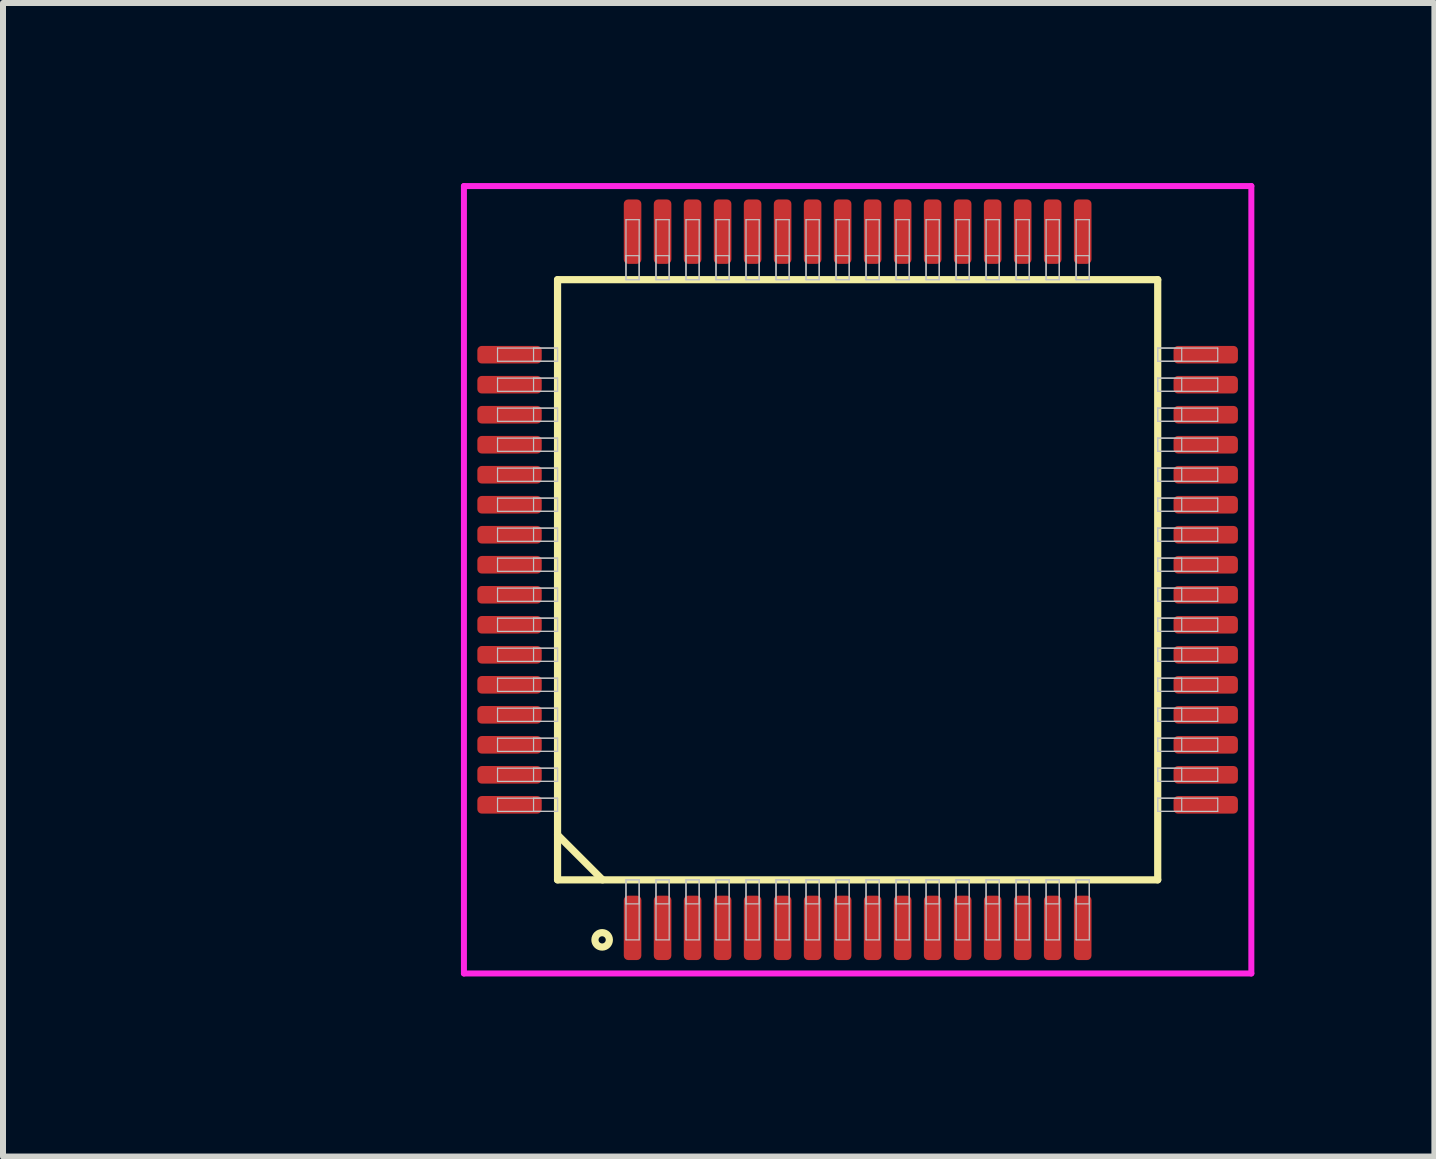
<source format=kicad_pcb>
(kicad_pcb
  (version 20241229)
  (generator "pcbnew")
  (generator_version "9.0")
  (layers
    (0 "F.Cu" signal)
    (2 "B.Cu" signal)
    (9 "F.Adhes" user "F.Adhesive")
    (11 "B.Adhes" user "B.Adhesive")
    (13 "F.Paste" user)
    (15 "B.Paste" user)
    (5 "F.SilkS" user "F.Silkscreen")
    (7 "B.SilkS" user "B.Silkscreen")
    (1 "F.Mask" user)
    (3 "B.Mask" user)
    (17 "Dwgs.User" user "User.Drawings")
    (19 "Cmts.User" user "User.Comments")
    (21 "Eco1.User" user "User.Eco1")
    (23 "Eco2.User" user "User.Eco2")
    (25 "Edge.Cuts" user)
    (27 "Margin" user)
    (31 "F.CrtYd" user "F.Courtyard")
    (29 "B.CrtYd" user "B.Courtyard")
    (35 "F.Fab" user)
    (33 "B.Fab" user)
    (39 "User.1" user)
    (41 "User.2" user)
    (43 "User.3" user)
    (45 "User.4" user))
  (footprint "QFP50P1000x1200-64"
    (layer "F.Cu")
    (at 11.24 6.61)
    (property "Reference" "QFP50P1000x1200-64" (at -2.5 2 0) (layer "User.1") (effects (font (size 1 1) (thickness 0.1))))
    (attr through_hole)
    (fp_line (start -5 -5) (end -5 5) (stroke (width 0.12) (type solid)) (layer "F.SilkS"))
    (fp_line (start -5 4.25) (end -4.25 5) (stroke (width 0.12) (type solid)) (layer "F.SilkS"))
    (fp_line (start -5 5) (end 5 5) (stroke (width 0.12) (type solid)) (layer "F.SilkS"))
    (fp_line (start 5 -5) (end -5 -5) (stroke (width 0.12) (type solid)) (layer "F.SilkS"))
    (fp_line (start 5 5) (end 5 -5) (stroke (width 0.12) (type solid)) (layer "F.SilkS"))
    (fp_circle (center -4.257 6) (end -4.137 6) (stroke (width 0.12) (type solid)) (fill no) (layer "F.SilkS"))
    (fp_line (start -6 -3.86) (end -6 -3.64) (stroke (width 0.02) (type solid)) (layer "Dwgs.User"))
    (fp_line (start -6 -3.64) (end -5 -3.64) (stroke (width 0.02) (type solid)) (layer "Dwgs.User"))
    (fp_line (start -6 -3.36) (end -6 -3.14) (stroke (width 0.02) (type solid)) (layer "Dwgs.User"))
    (fp_line (start -6 -3.14) (end -5 -3.14) (stroke (width 0.02) (type solid)) (layer "Dwgs.User"))
    (fp_line (start -6 -2.86) (end -6 -2.64) (stroke (width 0.02) (type solid)) (layer "Dwgs.User"))
    (fp_line (start -6 -2.64) (end -5 -2.64) (stroke (width 0.02) (type solid)) (layer "Dwgs.User"))
    (fp_line (start -6 -2.36) (end -6 -2.14) (stroke (width 0.02) (type solid)) (layer "Dwgs.User"))
    (fp_line (start -6 -2.14) (end -5 -2.14) (stroke (width 0.02) (type solid)) (layer "Dwgs.User"))
    (fp_line (start -6 -1.86) (end -6 -1.64) (stroke (width 0.02) (type solid)) (layer "Dwgs.User"))
    (fp_line (start -6 -1.64) (end -5 -1.64) (stroke (width 0.02) (type solid)) (layer "Dwgs.User"))
    (fp_line (start -6 -1.36) (end -6 -1.14) (stroke (width 0.02) (type solid)) (layer "Dwgs.User"))
    (fp_line (start -6 -1.14) (end -5 -1.14) (stroke (width 0.02) (type solid)) (layer "Dwgs.User"))
    (fp_line (start -6 -0.86) (end -6 -0.64) (stroke (width 0.02) (type solid)) (layer "Dwgs.User"))
    (fp_line (start -6 -0.64) (end -5 -0.64) (stroke (width 0.02) (type solid)) (layer "Dwgs.User"))
    (fp_line (start -6 -0.36) (end -6 -0.14) (stroke (width 0.02) (type solid)) (layer "Dwgs.User"))
    (fp_line (start -6 -0.14) (end -5 -0.14) (stroke (width 0.02) (type solid)) (layer "Dwgs.User"))
    (fp_line (start -6 0.14) (end -6 0.36) (stroke (width 0.02) (type solid)) (layer "Dwgs.User"))
    (fp_line (start -6 0.36) (end -5 0.36) (stroke (width 0.02) (type solid)) (layer "Dwgs.User"))
    (fp_line (start -6 0.64) (end -6 0.86) (stroke (width 0.02) (type solid)) (layer "Dwgs.User"))
    (fp_line (start -6 0.86) (end -5 0.86) (stroke (width 0.02) (type solid)) (layer "Dwgs.User"))
    (fp_line (start -6 1.14) (end -6 1.36) (stroke (width 0.02) (type solid)) (layer "Dwgs.User"))
    (fp_line (start -6 1.36) (end -5 1.36) (stroke (width 0.02) (type solid)) (layer "Dwgs.User"))
    (fp_line (start -6 1.64) (end -6 1.86) (stroke (width 0.02) (type solid)) (layer "Dwgs.User"))
    (fp_line (start -6 1.86) (end -5 1.86) (stroke (width 0.02) (type solid)) (layer "Dwgs.User"))
    (fp_line (start -6 2.14) (end -6 2.36) (stroke (width 0.02) (type solid)) (layer "Dwgs.User"))
    (fp_line (start -6 2.36) (end -5 2.36) (stroke (width 0.02) (type solid)) (layer "Dwgs.User"))
    (fp_line (start -6 2.64) (end -6 2.86) (stroke (width 0.02) (type solid)) (layer "Dwgs.User"))
    (fp_line (start -6 2.86) (end -5 2.86) (stroke (width 0.02) (type solid)) (layer "Dwgs.User"))
    (fp_line (start -6 3.14) (end -6 3.36) (stroke (width 0.02) (type solid)) (layer "Dwgs.User"))
    (fp_line (start -6 3.36) (end -5 3.36) (stroke (width 0.02) (type solid)) (layer "Dwgs.User"))
    (fp_line (start -6 3.64) (end -6 3.86) (stroke (width 0.02) (type solid)) (layer "Dwgs.User"))
    (fp_line (start -6 3.86) (end -5 3.86) (stroke (width 0.02) (type solid)) (layer "Dwgs.User"))
    (fp_line (start -5.4 -3.86) (end -5.4 -3.64) (stroke (width 0.02) (type solid)) (layer "Dwgs.User"))
    (fp_line (start -5.4 -3.64) (end -5 -3.64) (stroke (width 0.02) (type solid)) (layer "Dwgs.User"))
    (fp_line (start -5.4 -3.36) (end -5.4 -3.14) (stroke (width 0.02) (type solid)) (layer "Dwgs.User"))
    (fp_line (start -5.4 -3.14) (end -5 -3.14) (stroke (width 0.02) (type solid)) (layer "Dwgs.User"))
    (fp_line (start -5.4 -2.86) (end -5.4 -2.64) (stroke (width 0.02) (type solid)) (layer "Dwgs.User"))
    (fp_line (start -5.4 -2.64) (end -5 -2.64) (stroke (width 0.02) (type solid)) (layer "Dwgs.User"))
    (fp_line (start -5.4 -2.36) (end -5.4 -2.14) (stroke (width 0.02) (type solid)) (layer "Dwgs.User"))
    (fp_line (start -5.4 -2.14) (end -5 -2.14) (stroke (width 0.02) (type solid)) (layer "Dwgs.User"))
    (fp_line (start -5.4 -1.86) (end -5.4 -1.64) (stroke (width 0.02) (type solid)) (layer "Dwgs.User"))
    (fp_line (start -5.4 -1.64) (end -5 -1.64) (stroke (width 0.02) (type solid)) (layer "Dwgs.User"))
    (fp_line (start -5.4 -1.36) (end -5.4 -1.14) (stroke (width 0.02) (type solid)) (layer "Dwgs.User"))
    (fp_line (start -5.4 -1.14) (end -5 -1.14) (stroke (width 0.02) (type solid)) (layer "Dwgs.User"))
    (fp_line (start -5.4 -0.86) (end -5.4 -0.64) (stroke (width 0.02) (type solid)) (layer "Dwgs.User"))
    (fp_line (start -5.4 -0.64) (end -5 -0.64) (stroke (width 0.02) (type solid)) (layer "Dwgs.User"))
    (fp_line (start -5.4 -0.36) (end -5.4 -0.14) (stroke (width 0.02) (type solid)) (layer "Dwgs.User"))
    (fp_line (start -5.4 -0.14) (end -5 -0.14) (stroke (width 0.02) (type solid)) (layer "Dwgs.User"))
    (fp_line (start -5.4 0.14) (end -5.4 0.36) (stroke (width 0.02) (type solid)) (layer "Dwgs.User"))
    (fp_line (start -5.4 0.36) (end -5 0.36) (stroke (width 0.02) (type solid)) (layer "Dwgs.User"))
    (fp_line (start -5.4 0.64) (end -5.4 0.86) (stroke (width 0.02) (type solid)) (layer "Dwgs.User"))
    (fp_line (start -5.4 0.86) (end -5 0.86) (stroke (width 0.02) (type solid)) (layer "Dwgs.User"))
    (fp_line (start -5.4 1.14) (end -5.4 1.36) (stroke (width 0.02) (type solid)) (layer "Dwgs.User"))
    (fp_line (start -5.4 1.36) (end -5 1.36) (stroke (width 0.02) (type solid)) (layer "Dwgs.User"))
    (fp_line (start -5.4 1.64) (end -5.4 1.86) (stroke (width 0.02) (type solid)) (layer "Dwgs.User"))
    (fp_line (start -5.4 1.86) (end -5 1.86) (stroke (width 0.02) (type solid)) (layer "Dwgs.User"))
    (fp_line (start -5.4 2.14) (end -5.4 2.36) (stroke (width 0.02) (type solid)) (layer "Dwgs.User"))
    (fp_line (start -5.4 2.36) (end -5 2.36) (stroke (width 0.02) (type solid)) (layer "Dwgs.User"))
    (fp_line (start -5.4 2.64) (end -5.4 2.86) (stroke (width 0.02) (type solid)) (layer "Dwgs.User"))
    (fp_line (start -5.4 2.86) (end -5 2.86) (stroke (width 0.02) (type solid)) (layer "Dwgs.User"))
    (fp_line (start -5.4 3.14) (end -5.4 3.36) (stroke (width 0.02) (type solid)) (layer "Dwgs.User"))
    (fp_line (start -5.4 3.36) (end -5 3.36) (stroke (width 0.02) (type solid)) (layer "Dwgs.User"))
    (fp_line (start -5.4 3.64) (end -5.4 3.86) (stroke (width 0.02) (type solid)) (layer "Dwgs.User"))
    (fp_line (start -5.4 3.86) (end -5 3.86) (stroke (width 0.02) (type solid)) (layer "Dwgs.User"))
    (fp_line (start -5 -3.86) (end -6 -3.86) (stroke (width 0.02) (type solid)) (layer "Dwgs.User"))
    (fp_line (start -5 -3.86) (end -5.4 -3.86) (stroke (width 0.02) (type solid)) (layer "Dwgs.User"))
    (fp_line (start -5 -3.64) (end -5 -3.86) (stroke (width 0.02) (type solid)) (layer "Dwgs.User"))
    (fp_line (start -5 -3.64) (end -5 -3.86) (stroke (width 0.02) (type solid)) (layer "Dwgs.User"))
    (fp_line (start -5 -3.36) (end -6 -3.36) (stroke (width 0.02) (type solid)) (layer "Dwgs.User"))
    (fp_line (start -5 -3.36) (end -5.4 -3.36) (stroke (width 0.02) (type solid)) (layer "Dwgs.User"))
    (fp_line (start -5 -3.14) (end -5 -3.36) (stroke (width 0.02) (type solid)) (layer "Dwgs.User"))
    (fp_line (start -5 -3.14) (end -5 -3.36) (stroke (width 0.02) (type solid)) (layer "Dwgs.User"))
    (fp_line (start -5 -2.86) (end -6 -2.86) (stroke (width 0.02) (type solid)) (layer "Dwgs.User"))
    (fp_line (start -5 -2.86) (end -5.4 -2.86) (stroke (width 0.02) (type solid)) (layer "Dwgs.User"))
    (fp_line (start -5 -2.64) (end -5 -2.86) (stroke (width 0.02) (type solid)) (layer "Dwgs.User"))
    (fp_line (start -5 -2.64) (end -5 -2.86) (stroke (width 0.02) (type solid)) (layer "Dwgs.User"))
    (fp_line (start -5 -2.36) (end -6 -2.36) (stroke (width 0.02) (type solid)) (layer "Dwgs.User"))
    (fp_line (start -5 -2.36) (end -5.4 -2.36) (stroke (width 0.02) (type solid)) (layer "Dwgs.User"))
    (fp_line (start -5 -2.14) (end -5 -2.36) (stroke (width 0.02) (type solid)) (layer "Dwgs.User"))
    (fp_line (start -5 -2.14) (end -5 -2.36) (stroke (width 0.02) (type solid)) (layer "Dwgs.User"))
    (fp_line (start -5 -1.86) (end -6 -1.86) (stroke (width 0.02) (type solid)) (layer "Dwgs.User"))
    (fp_line (start -5 -1.86) (end -5.4 -1.86) (stroke (width 0.02) (type solid)) (layer "Dwgs.User"))
    (fp_line (start -5 -1.64) (end -5 -1.86) (stroke (width 0.02) (type solid)) (layer "Dwgs.User"))
    (fp_line (start -5 -1.64) (end -5 -1.86) (stroke (width 0.02) (type solid)) (layer "Dwgs.User"))
    (fp_line (start -5 -1.36) (end -6 -1.36) (stroke (width 0.02) (type solid)) (layer "Dwgs.User"))
    (fp_line (start -5 -1.36) (end -5.4 -1.36) (stroke (width 0.02) (type solid)) (layer "Dwgs.User"))
    (fp_line (start -5 -1.14) (end -5 -1.36) (stroke (width 0.02) (type solid)) (layer "Dwgs.User"))
    (fp_line (start -5 -1.14) (end -5 -1.36) (stroke (width 0.02) (type solid)) (layer "Dwgs.User"))
    (fp_line (start -5 -0.86) (end -6 -0.86) (stroke (width 0.02) (type solid)) (layer "Dwgs.User"))
    (fp_line (start -5 -0.86) (end -5.4 -0.86) (stroke (width 0.02) (type solid)) (layer "Dwgs.User"))
    (fp_line (start -5 -0.64) (end -5 -0.86) (stroke (width 0.02) (type solid)) (layer "Dwgs.User"))
    (fp_line (start -5 -0.64) (end -5 -0.86) (stroke (width 0.02) (type solid)) (layer "Dwgs.User"))
    (fp_line (start -5 -0.36) (end -6 -0.36) (stroke (width 0.02) (type solid)) (layer "Dwgs.User"))
    (fp_line (start -5 -0.36) (end -5.4 -0.36) (stroke (width 0.02) (type solid)) (layer "Dwgs.User"))
    (fp_line (start -5 -0.14) (end -5 -0.36) (stroke (width 0.02) (type solid)) (layer "Dwgs.User"))
    (fp_line (start -5 -0.14) (end -5 -0.36) (stroke (width 0.02) (type solid)) (layer "Dwgs.User"))
    (fp_line (start -5 0.14) (end -6 0.14) (stroke (width 0.02) (type solid)) (layer "Dwgs.User"))
    (fp_line (start -5 0.14) (end -5.4 0.14) (stroke (width 0.02) (type solid)) (layer "Dwgs.User"))
    (fp_line (start -5 0.36) (end -5 0.14) (stroke (width 0.02) (type solid)) (layer "Dwgs.User"))
    (fp_line (start -5 0.36) (end -5 0.14) (stroke (width 0.02) (type solid)) (layer "Dwgs.User"))
    (fp_line (start -5 0.64) (end -6 0.64) (stroke (width 0.02) (type solid)) (layer "Dwgs.User"))
    (fp_line (start -5 0.64) (end -5.4 0.64) (stroke (width 0.02) (type solid)) (layer "Dwgs.User"))
    (fp_line (start -5 0.86) (end -5 0.64) (stroke (width 0.02) (type solid)) (layer "Dwgs.User"))
    (fp_line (start -5 0.86) (end -5 0.64) (stroke (width 0.02) (type solid)) (layer "Dwgs.User"))
    (fp_line (start -5 1.14) (end -6 1.14) (stroke (width 0.02) (type solid)) (layer "Dwgs.User"))
    (fp_line (start -5 1.14) (end -5.4 1.14) (stroke (width 0.02) (type solid)) (layer "Dwgs.User"))
    (fp_line (start -5 1.36) (end -5 1.14) (stroke (width 0.02) (type solid)) (layer "Dwgs.User"))
    (fp_line (start -5 1.36) (end -5 1.14) (stroke (width 0.02) (type solid)) (layer "Dwgs.User"))
    (fp_line (start -5 1.64) (end -6 1.64) (stroke (width 0.02) (type solid)) (layer "Dwgs.User"))
    (fp_line (start -5 1.64) (end -5.4 1.64) (stroke (width 0.02) (type solid)) (layer "Dwgs.User"))
    (fp_line (start -5 1.86) (end -5 1.64) (stroke (width 0.02) (type solid)) (layer "Dwgs.User"))
    (fp_line (start -5 1.86) (end -5 1.64) (stroke (width 0.02) (type solid)) (layer "Dwgs.User"))
    (fp_line (start -5 2.14) (end -6 2.14) (stroke (width 0.02) (type solid)) (layer "Dwgs.User"))
    (fp_line (start -5 2.14) (end -5.4 2.14) (stroke (width 0.02) (type solid)) (layer "Dwgs.User"))
    (fp_line (start -5 2.36) (end -5 2.14) (stroke (width 0.02) (type solid)) (layer "Dwgs.User"))
    (fp_line (start -5 2.36) (end -5 2.14) (stroke (width 0.02) (type solid)) (layer "Dwgs.User"))
    (fp_line (start -5 2.64) (end -6 2.64) (stroke (width 0.02) (type solid)) (layer "Dwgs.User"))
    (fp_line (start -5 2.64) (end -5.4 2.64) (stroke (width 0.02) (type solid)) (layer "Dwgs.User"))
    (fp_line (start -5 2.86) (end -5 2.64) (stroke (width 0.02) (type solid)) (layer "Dwgs.User"))
    (fp_line (start -5 2.86) (end -5 2.64) (stroke (width 0.02) (type solid)) (layer "Dwgs.User"))
    (fp_line (start -5 3.14) (end -6 3.14) (stroke (width 0.02) (type solid)) (layer "Dwgs.User"))
    (fp_line (start -5 3.14) (end -5.4 3.14) (stroke (width 0.02) (type solid)) (layer "Dwgs.User"))
    (fp_line (start -5 3.36) (end -5 3.14) (stroke (width 0.02) (type solid)) (layer "Dwgs.User"))
    (fp_line (start -5 3.36) (end -5 3.14) (stroke (width 0.02) (type solid)) (layer "Dwgs.User"))
    (fp_line (start -5 3.64) (end -6 3.64) (stroke (width 0.02) (type solid)) (layer "Dwgs.User"))
    (fp_line (start -5 3.64) (end -5.4 3.64) (stroke (width 0.02) (type solid)) (layer "Dwgs.User"))
    (fp_line (start -5 3.86) (end -5 3.64) (stroke (width 0.02) (type solid)) (layer "Dwgs.User"))
    (fp_line (start -5 3.86) (end -5 3.64) (stroke (width 0.02) (type solid)) (layer "Dwgs.User"))
    (fp_line (start -3.86 -6) (end -3.86 -5) (stroke (width 0.02) (type solid)) (layer "Dwgs.User"))
    (fp_line (start -3.86 -5.4) (end -3.86 -5) (stroke (width 0.02) (type solid)) (layer "Dwgs.User"))
    (fp_line (start -3.86 -5) (end -3.64 -5) (stroke (width 0.02) (type solid)) (layer "Dwgs.User"))
    (fp_line (start -3.86 -5) (end -3.64 -5) (stroke (width 0.02) (type solid)) (layer "Dwgs.User"))
    (fp_line (start -3.86 5) (end -3.64 5) (stroke (width 0.02) (type solid)) (layer "Dwgs.User"))
    (fp_line (start -3.86 5) (end -3.64 5) (stroke (width 0.02) (type solid)) (layer "Dwgs.User"))
    (fp_line (start -3.86 5.4) (end -3.86 5) (stroke (width 0.02) (type solid)) (layer "Dwgs.User"))
    (fp_line (start -3.86 6) (end -3.86 5) (stroke (width 0.02) (type solid)) (layer "Dwgs.User"))
    (fp_line (start -3.64 -6) (end -3.86 -6) (stroke (width 0.02) (type solid)) (layer "Dwgs.User"))
    (fp_line (start -3.64 -5.4) (end -3.86 -5.4) (stroke (width 0.02) (type solid)) (layer "Dwgs.User"))
    (fp_line (start -3.64 -5) (end -3.64 -6) (stroke (width 0.02) (type solid)) (layer "Dwgs.User"))
    (fp_line (start -3.64 -5) (end -3.64 -5.4) (stroke (width 0.02) (type solid)) (layer "Dwgs.User"))
    (fp_line (start -3.64 5) (end -3.64 5.4) (stroke (width 0.02) (type solid)) (layer "Dwgs.User"))
    (fp_line (start -3.64 5) (end -3.64 6) (stroke (width 0.02) (type solid)) (layer "Dwgs.User"))
    (fp_line (start -3.64 5.4) (end -3.86 5.4) (stroke (width 0.02) (type solid)) (layer "Dwgs.User"))
    (fp_line (start -3.64 6) (end -3.86 6) (stroke (width 0.02) (type solid)) (layer "Dwgs.User"))
    (fp_line (start -3.36 -6) (end -3.36 -5) (stroke (width 0.02) (type solid)) (layer "Dwgs.User"))
    (fp_line (start -3.36 -5.4) (end -3.36 -5) (stroke (width 0.02) (type solid)) (layer "Dwgs.User"))
    (fp_line (start -3.36 -5) (end -3.14 -5) (stroke (width 0.02) (type solid)) (layer "Dwgs.User"))
    (fp_line (start -3.36 -5) (end -3.14 -5) (stroke (width 0.02) (type solid)) (layer "Dwgs.User"))
    (fp_line (start -3.36 5) (end -3.14 5) (stroke (width 0.02) (type solid)) (layer "Dwgs.User"))
    (fp_line (start -3.36 5) (end -3.14 5) (stroke (width 0.02) (type solid)) (layer "Dwgs.User"))
    (fp_line (start -3.36 5.4) (end -3.36 5) (stroke (width 0.02) (type solid)) (layer "Dwgs.User"))
    (fp_line (start -3.36 6) (end -3.36 5) (stroke (width 0.02) (type solid)) (layer "Dwgs.User"))
    (fp_line (start -3.14 -6) (end -3.36 -6) (stroke (width 0.02) (type solid)) (layer "Dwgs.User"))
    (fp_line (start -3.14 -5.4) (end -3.36 -5.4) (stroke (width 0.02) (type solid)) (layer "Dwgs.User"))
    (fp_line (start -3.14 -5) (end -3.14 -6) (stroke (width 0.02) (type solid)) (layer "Dwgs.User"))
    (fp_line (start -3.14 -5) (end -3.14 -5.4) (stroke (width 0.02) (type solid)) (layer "Dwgs.User"))
    (fp_line (start -3.14 5) (end -3.14 5.4) (stroke (width 0.02) (type solid)) (layer "Dwgs.User"))
    (fp_line (start -3.14 5) (end -3.14 6) (stroke (width 0.02) (type solid)) (layer "Dwgs.User"))
    (fp_line (start -3.14 5.4) (end -3.36 5.4) (stroke (width 0.02) (type solid)) (layer "Dwgs.User"))
    (fp_line (start -3.14 6) (end -3.36 6) (stroke (width 0.02) (type solid)) (layer "Dwgs.User"))
    (fp_line (start -2.86 -6) (end -2.86 -5) (stroke (width 0.02) (type solid)) (layer "Dwgs.User"))
    (fp_line (start -2.86 -5.4) (end -2.86 -5) (stroke (width 0.02) (type solid)) (layer "Dwgs.User"))
    (fp_line (start -2.86 -5) (end -2.64 -5) (stroke (width 0.02) (type solid)) (layer "Dwgs.User"))
    (fp_line (start -2.86 -5) (end -2.64 -5) (stroke (width 0.02) (type solid)) (layer "Dwgs.User"))
    (fp_line (start -2.86 5) (end -2.64 5) (stroke (width 0.02) (type solid)) (layer "Dwgs.User"))
    (fp_line (start -2.86 5) (end -2.64 5) (stroke (width 0.02) (type solid)) (layer "Dwgs.User"))
    (fp_line (start -2.86 5.4) (end -2.86 5) (stroke (width 0.02) (type solid)) (layer "Dwgs.User"))
    (fp_line (start -2.86 6) (end -2.86 5) (stroke (width 0.02) (type solid)) (layer "Dwgs.User"))
    (fp_line (start -2.64 -6) (end -2.86 -6) (stroke (width 0.02) (type solid)) (layer "Dwgs.User"))
    (fp_line (start -2.64 -5.4) (end -2.86 -5.4) (stroke (width 0.02) (type solid)) (layer "Dwgs.User"))
    (fp_line (start -2.64 -5) (end -2.64 -6) (stroke (width 0.02) (type solid)) (layer "Dwgs.User"))
    (fp_line (start -2.64 -5) (end -2.64 -5.4) (stroke (width 0.02) (type solid)) (layer "Dwgs.User"))
    (fp_line (start -2.64 5) (end -2.64 5.4) (stroke (width 0.02) (type solid)) (layer "Dwgs.User"))
    (fp_line (start -2.64 5) (end -2.64 6) (stroke (width 0.02) (type solid)) (layer "Dwgs.User"))
    (fp_line (start -2.64 5.4) (end -2.86 5.4) (stroke (width 0.02) (type solid)) (layer "Dwgs.User"))
    (fp_line (start -2.64 6) (end -2.86 6) (stroke (width 0.02) (type solid)) (layer "Dwgs.User"))
    (fp_line (start -2.36 -6) (end -2.36 -5) (stroke (width 0.02) (type solid)) (layer "Dwgs.User"))
    (fp_line (start -2.36 -5.4) (end -2.36 -5) (stroke (width 0.02) (type solid)) (layer "Dwgs.User"))
    (fp_line (start -2.36 -5) (end -2.14 -5) (stroke (width 0.02) (type solid)) (layer "Dwgs.User"))
    (fp_line (start -2.36 -5) (end -2.14 -5) (stroke (width 0.02) (type solid)) (layer "Dwgs.User"))
    (fp_line (start -2.36 5) (end -2.14 5) (stroke (width 0.02) (type solid)) (layer "Dwgs.User"))
    (fp_line (start -2.36 5) (end -2.14 5) (stroke (width 0.02) (type solid)) (layer "Dwgs.User"))
    (fp_line (start -2.36 5.4) (end -2.36 5) (stroke (width 0.02) (type solid)) (layer "Dwgs.User"))
    (fp_line (start -2.36 6) (end -2.36 5) (stroke (width 0.02) (type solid)) (layer "Dwgs.User"))
    (fp_line (start -2.14 -6) (end -2.36 -6) (stroke (width 0.02) (type solid)) (layer "Dwgs.User"))
    (fp_line (start -2.14 -5.4) (end -2.36 -5.4) (stroke (width 0.02) (type solid)) (layer "Dwgs.User"))
    (fp_line (start -2.14 -5) (end -2.14 -6) (stroke (width 0.02) (type solid)) (layer "Dwgs.User"))
    (fp_line (start -2.14 -5) (end -2.14 -5.4) (stroke (width 0.02) (type solid)) (layer "Dwgs.User"))
    (fp_line (start -2.14 5) (end -2.14 5.4) (stroke (width 0.02) (type solid)) (layer "Dwgs.User"))
    (fp_line (start -2.14 5) (end -2.14 6) (stroke (width 0.02) (type solid)) (layer "Dwgs.User"))
    (fp_line (start -2.14 5.4) (end -2.36 5.4) (stroke (width 0.02) (type solid)) (layer "Dwgs.User"))
    (fp_line (start -2.14 6) (end -2.36 6) (stroke (width 0.02) (type solid)) (layer "Dwgs.User"))
    (fp_line (start -1.86 -6) (end -1.86 -5) (stroke (width 0.02) (type solid)) (layer "Dwgs.User"))
    (fp_line (start -1.86 -5.4) (end -1.86 -5) (stroke (width 0.02) (type solid)) (layer "Dwgs.User"))
    (fp_line (start -1.86 -5) (end -1.64 -5) (stroke (width 0.02) (type solid)) (layer "Dwgs.User"))
    (fp_line (start -1.86 -5) (end -1.64 -5) (stroke (width 0.02) (type solid)) (layer "Dwgs.User"))
    (fp_line (start -1.86 5) (end -1.64 5) (stroke (width 0.02) (type solid)) (layer "Dwgs.User"))
    (fp_line (start -1.86 5) (end -1.64 5) (stroke (width 0.02) (type solid)) (layer "Dwgs.User"))
    (fp_line (start -1.86 5.4) (end -1.86 5) (stroke (width 0.02) (type solid)) (layer "Dwgs.User"))
    (fp_line (start -1.86 6) (end -1.86 5) (stroke (width 0.02) (type solid)) (layer "Dwgs.User"))
    (fp_line (start -1.64 -6) (end -1.86 -6) (stroke (width 0.02) (type solid)) (layer "Dwgs.User"))
    (fp_line (start -1.64 -5.4) (end -1.86 -5.4) (stroke (width 0.02) (type solid)) (layer "Dwgs.User"))
    (fp_line (start -1.64 -5) (end -1.64 -6) (stroke (width 0.02) (type solid)) (layer "Dwgs.User"))
    (fp_line (start -1.64 -5) (end -1.64 -5.4) (stroke (width 0.02) (type solid)) (layer "Dwgs.User"))
    (fp_line (start -1.64 5) (end -1.64 5.4) (stroke (width 0.02) (type solid)) (layer "Dwgs.User"))
    (fp_line (start -1.64 5) (end -1.64 6) (stroke (width 0.02) (type solid)) (layer "Dwgs.User"))
    (fp_line (start -1.64 5.4) (end -1.86 5.4) (stroke (width 0.02) (type solid)) (layer "Dwgs.User"))
    (fp_line (start -1.64 6) (end -1.86 6) (stroke (width 0.02) (type solid)) (layer "Dwgs.User"))
    (fp_line (start -1.36 -6) (end -1.36 -5) (stroke (width 0.02) (type solid)) (layer "Dwgs.User"))
    (fp_line (start -1.36 -5.4) (end -1.36 -5) (stroke (width 0.02) (type solid)) (layer "Dwgs.User"))
    (fp_line (start -1.36 -5) (end -1.14 -5) (stroke (width 0.02) (type solid)) (layer "Dwgs.User"))
    (fp_line (start -1.36 -5) (end -1.14 -5) (stroke (width 0.02) (type solid)) (layer "Dwgs.User"))
    (fp_line (start -1.36 5) (end -1.14 5) (stroke (width 0.02) (type solid)) (layer "Dwgs.User"))
    (fp_line (start -1.36 5) (end -1.14 5) (stroke (width 0.02) (type solid)) (layer "Dwgs.User"))
    (fp_line (start -1.36 5.4) (end -1.36 5) (stroke (width 0.02) (type solid)) (layer "Dwgs.User"))
    (fp_line (start -1.36 6) (end -1.36 5) (stroke (width 0.02) (type solid)) (layer "Dwgs.User"))
    (fp_line (start -1.14 -6) (end -1.36 -6) (stroke (width 0.02) (type solid)) (layer "Dwgs.User"))
    (fp_line (start -1.14 -5.4) (end -1.36 -5.4) (stroke (width 0.02) (type solid)) (layer "Dwgs.User"))
    (fp_line (start -1.14 -5) (end -1.14 -6) (stroke (width 0.02) (type solid)) (layer "Dwgs.User"))
    (fp_line (start -1.14 -5) (end -1.14 -5.4) (stroke (width 0.02) (type solid)) (layer "Dwgs.User"))
    (fp_line (start -1.14 5) (end -1.14 5.4) (stroke (width 0.02) (type solid)) (layer "Dwgs.User"))
    (fp_line (start -1.14 5) (end -1.14 6) (stroke (width 0.02) (type solid)) (layer "Dwgs.User"))
    (fp_line (start -1.14 5.4) (end -1.36 5.4) (stroke (width 0.02) (type solid)) (layer "Dwgs.User"))
    (fp_line (start -1.14 6) (end -1.36 6) (stroke (width 0.02) (type solid)) (layer "Dwgs.User"))
    (fp_line (start -0.86 -6) (end -0.86 -5) (stroke (width 0.02) (type solid)) (layer "Dwgs.User"))
    (fp_line (start -0.86 -5.4) (end -0.86 -5) (stroke (width 0.02) (type solid)) (layer "Dwgs.User"))
    (fp_line (start -0.86 -5) (end -0.64 -5) (stroke (width 0.02) (type solid)) (layer "Dwgs.User"))
    (fp_line (start -0.86 -5) (end -0.64 -5) (stroke (width 0.02) (type solid)) (layer "Dwgs.User"))
    (fp_line (start -0.86 5) (end -0.64 5) (stroke (width 0.02) (type solid)) (layer "Dwgs.User"))
    (fp_line (start -0.86 5) (end -0.64 5) (stroke (width 0.02) (type solid)) (layer "Dwgs.User"))
    (fp_line (start -0.86 5.4) (end -0.86 5) (stroke (width 0.02) (type solid)) (layer "Dwgs.User"))
    (fp_line (start -0.86 6) (end -0.86 5) (stroke (width 0.02) (type solid)) (layer "Dwgs.User"))
    (fp_line (start -0.64 -6) (end -0.86 -6) (stroke (width 0.02) (type solid)) (layer "Dwgs.User"))
    (fp_line (start -0.64 -5.4) (end -0.86 -5.4) (stroke (width 0.02) (type solid)) (layer "Dwgs.User"))
    (fp_line (start -0.64 -5) (end -0.64 -6) (stroke (width 0.02) (type solid)) (layer "Dwgs.User"))
    (fp_line (start -0.64 -5) (end -0.64 -5.4) (stroke (width 0.02) (type solid)) (layer "Dwgs.User"))
    (fp_line (start -0.64 5) (end -0.64 5.4) (stroke (width 0.02) (type solid)) (layer "Dwgs.User"))
    (fp_line (start -0.64 5) (end -0.64 6) (stroke (width 0.02) (type solid)) (layer "Dwgs.User"))
    (fp_line (start -0.64 5.4) (end -0.86 5.4) (stroke (width 0.02) (type solid)) (layer "Dwgs.User"))
    (fp_line (start -0.64 6) (end -0.86 6) (stroke (width 0.02) (type solid)) (layer "Dwgs.User"))
    (fp_line (start -0.36 -6) (end -0.36 -5) (stroke (width 0.02) (type solid)) (layer "Dwgs.User"))
    (fp_line (start -0.36 -5.4) (end -0.36 -5) (stroke (width 0.02) (type solid)) (layer "Dwgs.User"))
    (fp_line (start -0.36 -5) (end -0.14 -5) (stroke (width 0.02) (type solid)) (layer "Dwgs.User"))
    (fp_line (start -0.36 -5) (end -0.14 -5) (stroke (width 0.02) (type solid)) (layer "Dwgs.User"))
    (fp_line (start -0.36 5) (end -0.14 5) (stroke (width 0.02) (type solid)) (layer "Dwgs.User"))
    (fp_line (start -0.36 5) (end -0.14 5) (stroke (width 0.02) (type solid)) (layer "Dwgs.User"))
    (fp_line (start -0.36 5.4) (end -0.36 5) (stroke (width 0.02) (type solid)) (layer "Dwgs.User"))
    (fp_line (start -0.36 6) (end -0.36 5) (stroke (width 0.02) (type solid)) (layer "Dwgs.User"))
    (fp_line (start -0.14 -6) (end -0.36 -6) (stroke (width 0.02) (type solid)) (layer "Dwgs.User"))
    (fp_line (start -0.14 -5.4) (end -0.36 -5.4) (stroke (width 0.02) (type solid)) (layer "Dwgs.User"))
    (fp_line (start -0.14 -5) (end -0.14 -6) (stroke (width 0.02) (type solid)) (layer "Dwgs.User"))
    (fp_line (start -0.14 -5) (end -0.14 -5.4) (stroke (width 0.02) (type solid)) (layer "Dwgs.User"))
    (fp_line (start -0.14 5) (end -0.14 5.4) (stroke (width 0.02) (type solid)) (layer "Dwgs.User"))
    (fp_line (start -0.14 5) (end -0.14 6) (stroke (width 0.02) (type solid)) (layer "Dwgs.User"))
    (fp_line (start -0.14 5.4) (end -0.36 5.4) (stroke (width 0.02) (type solid)) (layer "Dwgs.User"))
    (fp_line (start -0.14 6) (end -0.36 6) (stroke (width 0.02) (type solid)) (layer "Dwgs.User"))
    (fp_line (start 0.14 -6) (end 0.14 -5) (stroke (width 0.02) (type solid)) (layer "Dwgs.User"))
    (fp_line (start 0.14 -5.4) (end 0.14 -5) (stroke (width 0.02) (type solid)) (layer "Dwgs.User"))
    (fp_line (start 0.14 -5) (end 0.36 -5) (stroke (width 0.02) (type solid)) (layer "Dwgs.User"))
    (fp_line (start 0.14 -5) (end 0.36 -5) (stroke (width 0.02) (type solid)) (layer "Dwgs.User"))
    (fp_line (start 0.14 5) (end 0.36 5) (stroke (width 0.02) (type solid)) (layer "Dwgs.User"))
    (fp_line (start 0.14 5) (end 0.36 5) (stroke (width 0.02) (type solid)) (layer "Dwgs.User"))
    (fp_line (start 0.14 5.4) (end 0.14 5) (stroke (width 0.02) (type solid)) (layer "Dwgs.User"))
    (fp_line (start 0.14 6) (end 0.14 5) (stroke (width 0.02) (type solid)) (layer "Dwgs.User"))
    (fp_line (start 0.36 -6) (end 0.14 -6) (stroke (width 0.02) (type solid)) (layer "Dwgs.User"))
    (fp_line (start 0.36 -5.4) (end 0.14 -5.4) (stroke (width 0.02) (type solid)) (layer "Dwgs.User"))
    (fp_line (start 0.36 -5) (end 0.36 -6) (stroke (width 0.02) (type solid)) (layer "Dwgs.User"))
    (fp_line (start 0.36 -5) (end 0.36 -5.4) (stroke (width 0.02) (type solid)) (layer "Dwgs.User"))
    (fp_line (start 0.36 5) (end 0.36 5.4) (stroke (width 0.02) (type solid)) (layer "Dwgs.User"))
    (fp_line (start 0.36 5) (end 0.36 6) (stroke (width 0.02) (type solid)) (layer "Dwgs.User"))
    (fp_line (start 0.36 5.4) (end 0.14 5.4) (stroke (width 0.02) (type solid)) (layer "Dwgs.User"))
    (fp_line (start 0.36 6) (end 0.14 6) (stroke (width 0.02) (type solid)) (layer "Dwgs.User"))
    (fp_line (start 0.64 -6) (end 0.64 -5) (stroke (width 0.02) (type solid)) (layer "Dwgs.User"))
    (fp_line (start 0.64 -5.4) (end 0.64 -5) (stroke (width 0.02) (type solid)) (layer "Dwgs.User"))
    (fp_line (start 0.64 -5) (end 0.86 -5) (stroke (width 0.02) (type solid)) (layer "Dwgs.User"))
    (fp_line (start 0.64 -5) (end 0.86 -5) (stroke (width 0.02) (type solid)) (layer "Dwgs.User"))
    (fp_line (start 0.64 5) (end 0.86 5) (stroke (width 0.02) (type solid)) (layer "Dwgs.User"))
    (fp_line (start 0.64 5) (end 0.86 5) (stroke (width 0.02) (type solid)) (layer "Dwgs.User"))
    (fp_line (start 0.64 5.4) (end 0.64 5) (stroke (width 0.02) (type solid)) (layer "Dwgs.User"))
    (fp_line (start 0.64 6) (end 0.64 5) (stroke (width 0.02) (type solid)) (layer "Dwgs.User"))
    (fp_line (start 0.86 -6) (end 0.64 -6) (stroke (width 0.02) (type solid)) (layer "Dwgs.User"))
    (fp_line (start 0.86 -5.4) (end 0.64 -5.4) (stroke (width 0.02) (type solid)) (layer "Dwgs.User"))
    (fp_line (start 0.86 -5) (end 0.86 -6) (stroke (width 0.02) (type solid)) (layer "Dwgs.User"))
    (fp_line (start 0.86 -5) (end 0.86 -5.4) (stroke (width 0.02) (type solid)) (layer "Dwgs.User"))
    (fp_line (start 0.86 5) (end 0.86 5.4) (stroke (width 0.02) (type solid)) (layer "Dwgs.User"))
    (fp_line (start 0.86 5) (end 0.86 6) (stroke (width 0.02) (type solid)) (layer "Dwgs.User"))
    (fp_line (start 0.86 5.4) (end 0.64 5.4) (stroke (width 0.02) (type solid)) (layer "Dwgs.User"))
    (fp_line (start 0.86 6) (end 0.64 6) (stroke (width 0.02) (type solid)) (layer "Dwgs.User"))
    (fp_line (start 1.14 -6) (end 1.14 -5) (stroke (width 0.02) (type solid)) (layer "Dwgs.User"))
    (fp_line (start 1.14 -5.4) (end 1.14 -5) (stroke (width 0.02) (type solid)) (layer "Dwgs.User"))
    (fp_line (start 1.14 -5) (end 1.36 -5) (stroke (width 0.02) (type solid)) (layer "Dwgs.User"))
    (fp_line (start 1.14 -5) (end 1.36 -5) (stroke (width 0.02) (type solid)) (layer "Dwgs.User"))
    (fp_line (start 1.14 5) (end 1.36 5) (stroke (width 0.02) (type solid)) (layer "Dwgs.User"))
    (fp_line (start 1.14 5) (end 1.36 5) (stroke (width 0.02) (type solid)) (layer "Dwgs.User"))
    (fp_line (start 1.14 5.4) (end 1.14 5) (stroke (width 0.02) (type solid)) (layer "Dwgs.User"))
    (fp_line (start 1.14 6) (end 1.14 5) (stroke (width 0.02) (type solid)) (layer "Dwgs.User"))
    (fp_line (start 1.36 -6) (end 1.14 -6) (stroke (width 0.02) (type solid)) (layer "Dwgs.User"))
    (fp_line (start 1.36 -5.4) (end 1.14 -5.4) (stroke (width 0.02) (type solid)) (layer "Dwgs.User"))
    (fp_line (start 1.36 -5) (end 1.36 -6) (stroke (width 0.02) (type solid)) (layer "Dwgs.User"))
    (fp_line (start 1.36 -5) (end 1.36 -5.4) (stroke (width 0.02) (type solid)) (layer "Dwgs.User"))
    (fp_line (start 1.36 5) (end 1.36 5.4) (stroke (width 0.02) (type solid)) (layer "Dwgs.User"))
    (fp_line (start 1.36 5) (end 1.36 6) (stroke (width 0.02) (type solid)) (layer "Dwgs.User"))
    (fp_line (start 1.36 5.4) (end 1.14 5.4) (stroke (width 0.02) (type solid)) (layer "Dwgs.User"))
    (fp_line (start 1.36 6) (end 1.14 6) (stroke (width 0.02) (type solid)) (layer "Dwgs.User"))
    (fp_line (start 1.64 -6) (end 1.64 -5) (stroke (width 0.02) (type solid)) (layer "Dwgs.User"))
    (fp_line (start 1.64 -5.4) (end 1.64 -5) (stroke (width 0.02) (type solid)) (layer "Dwgs.User"))
    (fp_line (start 1.64 -5) (end 1.86 -5) (stroke (width 0.02) (type solid)) (layer "Dwgs.User"))
    (fp_line (start 1.64 -5) (end 1.86 -5) (stroke (width 0.02) (type solid)) (layer "Dwgs.User"))
    (fp_line (start 1.64 5) (end 1.86 5) (stroke (width 0.02) (type solid)) (layer "Dwgs.User"))
    (fp_line (start 1.64 5) (end 1.86 5) (stroke (width 0.02) (type solid)) (layer "Dwgs.User"))
    (fp_line (start 1.64 5.4) (end 1.64 5) (stroke (width 0.02) (type solid)) (layer "Dwgs.User"))
    (fp_line (start 1.64 6) (end 1.64 5) (stroke (width 0.02) (type solid)) (layer "Dwgs.User"))
    (fp_line (start 1.86 -6) (end 1.64 -6) (stroke (width 0.02) (type solid)) (layer "Dwgs.User"))
    (fp_line (start 1.86 -5.4) (end 1.64 -5.4) (stroke (width 0.02) (type solid)) (layer "Dwgs.User"))
    (fp_line (start 1.86 -5) (end 1.86 -6) (stroke (width 0.02) (type solid)) (layer "Dwgs.User"))
    (fp_line (start 1.86 -5) (end 1.86 -5.4) (stroke (width 0.02) (type solid)) (layer "Dwgs.User"))
    (fp_line (start 1.86 5) (end 1.86 5.4) (stroke (width 0.02) (type solid)) (layer "Dwgs.User"))
    (fp_line (start 1.86 5) (end 1.86 6) (stroke (width 0.02) (type solid)) (layer "Dwgs.User"))
    (fp_line (start 1.86 5.4) (end 1.64 5.4) (stroke (width 0.02) (type solid)) (layer "Dwgs.User"))
    (fp_line (start 1.86 6) (end 1.64 6) (stroke (width 0.02) (type solid)) (layer "Dwgs.User"))
    (fp_line (start 2.14 -6) (end 2.14 -5) (stroke (width 0.02) (type solid)) (layer "Dwgs.User"))
    (fp_line (start 2.14 -5.4) (end 2.14 -5) (stroke (width 0.02) (type solid)) (layer "Dwgs.User"))
    (fp_line (start 2.14 -5) (end 2.36 -5) (stroke (width 0.02) (type solid)) (layer "Dwgs.User"))
    (fp_line (start 2.14 -5) (end 2.36 -5) (stroke (width 0.02) (type solid)) (layer "Dwgs.User"))
    (fp_line (start 2.14 5) (end 2.36 5) (stroke (width 0.02) (type solid)) (layer "Dwgs.User"))
    (fp_line (start 2.14 5) (end 2.36 5) (stroke (width 0.02) (type solid)) (layer "Dwgs.User"))
    (fp_line (start 2.14 5.4) (end 2.14 5) (stroke (width 0.02) (type solid)) (layer "Dwgs.User"))
    (fp_line (start 2.14 6) (end 2.14 5) (stroke (width 0.02) (type solid)) (layer "Dwgs.User"))
    (fp_line (start 2.36 -6) (end 2.14 -6) (stroke (width 0.02) (type solid)) (layer "Dwgs.User"))
    (fp_line (start 2.36 -5.4) (end 2.14 -5.4) (stroke (width 0.02) (type solid)) (layer "Dwgs.User"))
    (fp_line (start 2.36 -5) (end 2.36 -6) (stroke (width 0.02) (type solid)) (layer "Dwgs.User"))
    (fp_line (start 2.36 -5) (end 2.36 -5.4) (stroke (width 0.02) (type solid)) (layer "Dwgs.User"))
    (fp_line (start 2.36 5) (end 2.36 5.4) (stroke (width 0.02) (type solid)) (layer "Dwgs.User"))
    (fp_line (start 2.36 5) (end 2.36 6) (stroke (width 0.02) (type solid)) (layer "Dwgs.User"))
    (fp_line (start 2.36 5.4) (end 2.14 5.4) (stroke (width 0.02) (type solid)) (layer "Dwgs.User"))
    (fp_line (start 2.36 6) (end 2.14 6) (stroke (width 0.02) (type solid)) (layer "Dwgs.User"))
    (fp_line (start 2.64 -6) (end 2.64 -5) (stroke (width 0.02) (type solid)) (layer "Dwgs.User"))
    (fp_line (start 2.64 -5.4) (end 2.64 -5) (stroke (width 0.02) (type solid)) (layer "Dwgs.User"))
    (fp_line (start 2.64 -5) (end 2.86 -5) (stroke (width 0.02) (type solid)) (layer "Dwgs.User"))
    (fp_line (start 2.64 -5) (end 2.86 -5) (stroke (width 0.02) (type solid)) (layer "Dwgs.User"))
    (fp_line (start 2.64 5) (end 2.86 5) (stroke (width 0.02) (type solid)) (layer "Dwgs.User"))
    (fp_line (start 2.64 5) (end 2.86 5) (stroke (width 0.02) (type solid)) (layer "Dwgs.User"))
    (fp_line (start 2.64 5.4) (end 2.64 5) (stroke (width 0.02) (type solid)) (layer "Dwgs.User"))
    (fp_line (start 2.64 6) (end 2.64 5) (stroke (width 0.02) (type solid)) (layer "Dwgs.User"))
    (fp_line (start 2.86 -6) (end 2.64 -6) (stroke (width 0.02) (type solid)) (layer "Dwgs.User"))
    (fp_line (start 2.86 -5.4) (end 2.64 -5.4) (stroke (width 0.02) (type solid)) (layer "Dwgs.User"))
    (fp_line (start 2.86 -5) (end 2.86 -6) (stroke (width 0.02) (type solid)) (layer "Dwgs.User"))
    (fp_line (start 2.86 -5) (end 2.86 -5.4) (stroke (width 0.02) (type solid)) (layer "Dwgs.User"))
    (fp_line (start 2.86 5) (end 2.86 5.4) (stroke (width 0.02) (type solid)) (layer "Dwgs.User"))
    (fp_line (start 2.86 5) (end 2.86 6) (stroke (width 0.02) (type solid)) (layer "Dwgs.User"))
    (fp_line (start 2.86 5.4) (end 2.64 5.4) (stroke (width 0.02) (type solid)) (layer "Dwgs.User"))
    (fp_line (start 2.86 6) (end 2.64 6) (stroke (width 0.02) (type solid)) (layer "Dwgs.User"))
    (fp_line (start 3.14 -6) (end 3.14 -5) (stroke (width 0.02) (type solid)) (layer "Dwgs.User"))
    (fp_line (start 3.14 -5.4) (end 3.14 -5) (stroke (width 0.02) (type solid)) (layer "Dwgs.User"))
    (fp_line (start 3.14 -5) (end 3.36 -5) (stroke (width 0.02) (type solid)) (layer "Dwgs.User"))
    (fp_line (start 3.14 -5) (end 3.36 -5) (stroke (width 0.02) (type solid)) (layer "Dwgs.User"))
    (fp_line (start 3.14 5) (end 3.36 5) (stroke (width 0.02) (type solid)) (layer "Dwgs.User"))
    (fp_line (start 3.14 5) (end 3.36 5) (stroke (width 0.02) (type solid)) (layer "Dwgs.User"))
    (fp_line (start 3.14 5.4) (end 3.14 5) (stroke (width 0.02) (type solid)) (layer "Dwgs.User"))
    (fp_line (start 3.14 6) (end 3.14 5) (stroke (width 0.02) (type solid)) (layer "Dwgs.User"))
    (fp_line (start 3.36 -6) (end 3.14 -6) (stroke (width 0.02) (type solid)) (layer "Dwgs.User"))
    (fp_line (start 3.36 -5.4) (end 3.14 -5.4) (stroke (width 0.02) (type solid)) (layer "Dwgs.User"))
    (fp_line (start 3.36 -5) (end 3.36 -6) (stroke (width 0.02) (type solid)) (layer "Dwgs.User"))
    (fp_line (start 3.36 -5) (end 3.36 -5.4) (stroke (width 0.02) (type solid)) (layer "Dwgs.User"))
    (fp_line (start 3.36 5) (end 3.36 5.4) (stroke (width 0.02) (type solid)) (layer "Dwgs.User"))
    (fp_line (start 3.36 5) (end 3.36 6) (stroke (width 0.02) (type solid)) (layer "Dwgs.User"))
    (fp_line (start 3.36 5.4) (end 3.14 5.4) (stroke (width 0.02) (type solid)) (layer "Dwgs.User"))
    (fp_line (start 3.36 6) (end 3.14 6) (stroke (width 0.02) (type solid)) (layer "Dwgs.User"))
    (fp_line (start 3.64 -6) (end 3.64 -5) (stroke (width 0.02) (type solid)) (layer "Dwgs.User"))
    (fp_line (start 3.64 -5.4) (end 3.64 -5) (stroke (width 0.02) (type solid)) (layer "Dwgs.User"))
    (fp_line (start 3.64 -5) (end 3.86 -5) (stroke (width 0.02) (type solid)) (layer "Dwgs.User"))
    (fp_line (start 3.64 -5) (end 3.86 -5) (stroke (width 0.02) (type solid)) (layer "Dwgs.User"))
    (fp_line (start 3.64 5) (end 3.86 5) (stroke (width 0.02) (type solid)) (layer "Dwgs.User"))
    (fp_line (start 3.64 5) (end 3.86 5) (stroke (width 0.02) (type solid)) (layer "Dwgs.User"))
    (fp_line (start 3.64 5.4) (end 3.64 5) (stroke (width 0.02) (type solid)) (layer "Dwgs.User"))
    (fp_line (start 3.64 6) (end 3.64 5) (stroke (width 0.02) (type solid)) (layer "Dwgs.User"))
    (fp_line (start 3.86 -6) (end 3.64 -6) (stroke (width 0.02) (type solid)) (layer "Dwgs.User"))
    (fp_line (start 3.86 -5.4) (end 3.64 -5.4) (stroke (width 0.02) (type solid)) (layer "Dwgs.User"))
    (fp_line (start 3.86 -5) (end 3.86 -6) (stroke (width 0.02) (type solid)) (layer "Dwgs.User"))
    (fp_line (start 3.86 -5) (end 3.86 -5.4) (stroke (width 0.02) (type solid)) (layer "Dwgs.User"))
    (fp_line (start 3.86 5) (end 3.86 5.4) (stroke (width 0.02) (type solid)) (layer "Dwgs.User"))
    (fp_line (start 3.86 5) (end 3.86 6) (stroke (width 0.02) (type solid)) (layer "Dwgs.User"))
    (fp_line (start 3.86 5.4) (end 3.64 5.4) (stroke (width 0.02) (type solid)) (layer "Dwgs.User"))
    (fp_line (start 3.86 6) (end 3.64 6) (stroke (width 0.02) (type solid)) (layer "Dwgs.User"))
    (fp_line (start 5 -3.86) (end 5.4 -3.86) (stroke (width 0.02) (type solid)) (layer "Dwgs.User"))
    (fp_line (start 5 -3.86) (end 6 -3.86) (stroke (width 0.02) (type solid)) (layer "Dwgs.User"))
    (fp_line (start 5 -3.64) (end 5 -3.86) (stroke (width 0.02) (type solid)) (layer "Dwgs.User"))
    (fp_line (start 5 -3.64) (end 5 -3.86) (stroke (width 0.02) (type solid)) (layer "Dwgs.User"))
    (fp_line (start 5 -3.36) (end 5.4 -3.36) (stroke (width 0.02) (type solid)) (layer "Dwgs.User"))
    (fp_line (start 5 -3.36) (end 6 -3.36) (stroke (width 0.02) (type solid)) (layer "Dwgs.User"))
    (fp_line (start 5 -3.14) (end 5 -3.36) (stroke (width 0.02) (type solid)) (layer "Dwgs.User"))
    (fp_line (start 5 -3.14) (end 5 -3.36) (stroke (width 0.02) (type solid)) (layer "Dwgs.User"))
    (fp_line (start 5 -2.86) (end 5.4 -2.86) (stroke (width 0.02) (type solid)) (layer "Dwgs.User"))
    (fp_line (start 5 -2.86) (end 6 -2.86) (stroke (width 0.02) (type solid)) (layer "Dwgs.User"))
    (fp_line (start 5 -2.64) (end 5 -2.86) (stroke (width 0.02) (type solid)) (layer "Dwgs.User"))
    (fp_line (start 5 -2.64) (end 5 -2.86) (stroke (width 0.02) (type solid)) (layer "Dwgs.User"))
    (fp_line (start 5 -2.36) (end 5.4 -2.36) (stroke (width 0.02) (type solid)) (layer "Dwgs.User"))
    (fp_line (start 5 -2.36) (end 6 -2.36) (stroke (width 0.02) (type solid)) (layer "Dwgs.User"))
    (fp_line (start 5 -2.14) (end 5 -2.36) (stroke (width 0.02) (type solid)) (layer "Dwgs.User"))
    (fp_line (start 5 -2.14) (end 5 -2.36) (stroke (width 0.02) (type solid)) (layer "Dwgs.User"))
    (fp_line (start 5 -1.86) (end 5.4 -1.86) (stroke (width 0.02) (type solid)) (layer "Dwgs.User"))
    (fp_line (start 5 -1.86) (end 6 -1.86) (stroke (width 0.02) (type solid)) (layer "Dwgs.User"))
    (fp_line (start 5 -1.64) (end 5 -1.86) (stroke (width 0.02) (type solid)) (layer "Dwgs.User"))
    (fp_line (start 5 -1.64) (end 5 -1.86) (stroke (width 0.02) (type solid)) (layer "Dwgs.User"))
    (fp_line (start 5 -1.36) (end 5.4 -1.36) (stroke (width 0.02) (type solid)) (layer "Dwgs.User"))
    (fp_line (start 5 -1.36) (end 6 -1.36) (stroke (width 0.02) (type solid)) (layer "Dwgs.User"))
    (fp_line (start 5 -1.14) (end 5 -1.36) (stroke (width 0.02) (type solid)) (layer "Dwgs.User"))
    (fp_line (start 5 -1.14) (end 5 -1.36) (stroke (width 0.02) (type solid)) (layer "Dwgs.User"))
    (fp_line (start 5 -0.86) (end 5.4 -0.86) (stroke (width 0.02) (type solid)) (layer "Dwgs.User"))
    (fp_line (start 5 -0.86) (end 6 -0.86) (stroke (width 0.02) (type solid)) (layer "Dwgs.User"))
    (fp_line (start 5 -0.64) (end 5 -0.86) (stroke (width 0.02) (type solid)) (layer "Dwgs.User"))
    (fp_line (start 5 -0.64) (end 5 -0.86) (stroke (width 0.02) (type solid)) (layer "Dwgs.User"))
    (fp_line (start 5 -0.36) (end 5.4 -0.36) (stroke (width 0.02) (type solid)) (layer "Dwgs.User"))
    (fp_line (start 5 -0.36) (end 6 -0.36) (stroke (width 0.02) (type solid)) (layer "Dwgs.User"))
    (fp_line (start 5 -0.14) (end 5 -0.36) (stroke (width 0.02) (type solid)) (layer "Dwgs.User"))
    (fp_line (start 5 -0.14) (end 5 -0.36) (stroke (width 0.02) (type solid)) (layer "Dwgs.User"))
    (fp_line (start 5 0.14) (end 5.4 0.14) (stroke (width 0.02) (type solid)) (layer "Dwgs.User"))
    (fp_line (start 5 0.14) (end 6 0.14) (stroke (width 0.02) (type solid)) (layer "Dwgs.User"))
    (fp_line (start 5 0.36) (end 5 0.14) (stroke (width 0.02) (type solid)) (layer "Dwgs.User"))
    (fp_line (start 5 0.36) (end 5 0.14) (stroke (width 0.02) (type solid)) (layer "Dwgs.User"))
    (fp_line (start 5 0.64) (end 5.4 0.64) (stroke (width 0.02) (type solid)) (layer "Dwgs.User"))
    (fp_line (start 5 0.64) (end 6 0.64) (stroke (width 0.02) (type solid)) (layer "Dwgs.User"))
    (fp_line (start 5 0.86) (end 5 0.64) (stroke (width 0.02) (type solid)) (layer "Dwgs.User"))
    (fp_line (start 5 0.86) (end 5 0.64) (stroke (width 0.02) (type solid)) (layer "Dwgs.User"))
    (fp_line (start 5 1.14) (end 5.4 1.14) (stroke (width 0.02) (type solid)) (layer "Dwgs.User"))
    (fp_line (start 5 1.14) (end 6 1.14) (stroke (width 0.02) (type solid)) (layer "Dwgs.User"))
    (fp_line (start 5 1.36) (end 5 1.14) (stroke (width 0.02) (type solid)) (layer "Dwgs.User"))
    (fp_line (start 5 1.36) (end 5 1.14) (stroke (width 0.02) (type solid)) (layer "Dwgs.User"))
    (fp_line (start 5 1.64) (end 5.4 1.64) (stroke (width 0.02) (type solid)) (layer "Dwgs.User"))
    (fp_line (start 5 1.64) (end 6 1.64) (stroke (width 0.02) (type solid)) (layer "Dwgs.User"))
    (fp_line (start 5 1.86) (end 5 1.64) (stroke (width 0.02) (type solid)) (layer "Dwgs.User"))
    (fp_line (start 5 1.86) (end 5 1.64) (stroke (width 0.02) (type solid)) (layer "Dwgs.User"))
    (fp_line (start 5 2.14) (end 5.4 2.14) (stroke (width 0.02) (type solid)) (layer "Dwgs.User"))
    (fp_line (start 5 2.14) (end 6 2.14) (stroke (width 0.02) (type solid)) (layer "Dwgs.User"))
    (fp_line (start 5 2.36) (end 5 2.14) (stroke (width 0.02) (type solid)) (layer "Dwgs.User"))
    (fp_line (start 5 2.36) (end 5 2.14) (stroke (width 0.02) (type solid)) (layer "Dwgs.User"))
    (fp_line (start 5 2.64) (end 5.4 2.64) (stroke (width 0.02) (type solid)) (layer "Dwgs.User"))
    (fp_line (start 5 2.64) (end 6 2.64) (stroke (width 0.02) (type solid)) (layer "Dwgs.User"))
    (fp_line (start 5 2.86) (end 5 2.64) (stroke (width 0.02) (type solid)) (layer "Dwgs.User"))
    (fp_line (start 5 2.86) (end 5 2.64) (stroke (width 0.02) (type solid)) (layer "Dwgs.User"))
    (fp_line (start 5 3.14) (end 5.4 3.14) (stroke (width 0.02) (type solid)) (layer "Dwgs.User"))
    (fp_line (start 5 3.14) (end 6 3.14) (stroke (width 0.02) (type solid)) (layer "Dwgs.User"))
    (fp_line (start 5 3.36) (end 5 3.14) (stroke (width 0.02) (type solid)) (layer "Dwgs.User"))
    (fp_line (start 5 3.36) (end 5 3.14) (stroke (width 0.02) (type solid)) (layer "Dwgs.User"))
    (fp_line (start 5 3.64) (end 5.4 3.64) (stroke (width 0.02) (type solid)) (layer "Dwgs.User"))
    (fp_line (start 5 3.64) (end 6 3.64) (stroke (width 0.02) (type solid)) (layer "Dwgs.User"))
    (fp_line (start 5 3.86) (end 5 3.64) (stroke (width 0.02) (type solid)) (layer "Dwgs.User"))
    (fp_line (start 5 3.86) (end 5 3.64) (stroke (width 0.02) (type solid)) (layer "Dwgs.User"))
    (fp_line (start 5.4 -3.86) (end 5.4 -3.64) (stroke (width 0.02) (type solid)) (layer "Dwgs.User"))
    (fp_line (start 5.4 -3.64) (end 5 -3.64) (stroke (width 0.02) (type solid)) (layer "Dwgs.User"))
    (fp_line (start 5.4 -3.36) (end 5.4 -3.14) (stroke (width 0.02) (type solid)) (layer "Dwgs.User"))
    (fp_line (start 5.4 -3.14) (end 5 -3.14) (stroke (width 0.02) (type solid)) (layer "Dwgs.User"))
    (fp_line (start 5.4 -2.86) (end 5.4 -2.64) (stroke (width 0.02) (type solid)) (layer "Dwgs.User"))
    (fp_line (start 5.4 -2.64) (end 5 -2.64) (stroke (width 0.02) (type solid)) (layer "Dwgs.User"))
    (fp_line (start 5.4 -2.36) (end 5.4 -2.14) (stroke (width 0.02) (type solid)) (layer "Dwgs.User"))
    (fp_line (start 5.4 -2.14) (end 5 -2.14) (stroke (width 0.02) (type solid)) (layer "Dwgs.User"))
    (fp_line (start 5.4 -1.86) (end 5.4 -1.64) (stroke (width 0.02) (type solid)) (layer "Dwgs.User"))
    (fp_line (start 5.4 -1.64) (end 5 -1.64) (stroke (width 0.02) (type solid)) (layer "Dwgs.User"))
    (fp_line (start 5.4 -1.36) (end 5.4 -1.14) (stroke (width 0.02) (type solid)) (layer "Dwgs.User"))
    (fp_line (start 5.4 -1.14) (end 5 -1.14) (stroke (width 0.02) (type solid)) (layer "Dwgs.User"))
    (fp_line (start 5.4 -0.86) (end 5.4 -0.64) (stroke (width 0.02) (type solid)) (layer "Dwgs.User"))
    (fp_line (start 5.4 -0.64) (end 5 -0.64) (stroke (width 0.02) (type solid)) (layer "Dwgs.User"))
    (fp_line (start 5.4 -0.36) (end 5.4 -0.14) (stroke (width 0.02) (type solid)) (layer "Dwgs.User"))
    (fp_line (start 5.4 -0.14) (end 5 -0.14) (stroke (width 0.02) (type solid)) (layer "Dwgs.User"))
    (fp_line (start 5.4 0.14) (end 5.4 0.36) (stroke (width 0.02) (type solid)) (layer "Dwgs.User"))
    (fp_line (start 5.4 0.36) (end 5 0.36) (stroke (width 0.02) (type solid)) (layer "Dwgs.User"))
    (fp_line (start 5.4 0.64) (end 5.4 0.86) (stroke (width 0.02) (type solid)) (layer "Dwgs.User"))
    (fp_line (start 5.4 0.86) (end 5 0.86) (stroke (width 0.02) (type solid)) (layer "Dwgs.User"))
    (fp_line (start 5.4 1.14) (end 5.4 1.36) (stroke (width 0.02) (type solid)) (layer "Dwgs.User"))
    (fp_line (start 5.4 1.36) (end 5 1.36) (stroke (width 0.02) (type solid)) (layer "Dwgs.User"))
    (fp_line (start 5.4 1.64) (end 5.4 1.86) (stroke (width 0.02) (type solid)) (layer "Dwgs.User"))
    (fp_line (start 5.4 1.86) (end 5 1.86) (stroke (width 0.02) (type solid)) (layer "Dwgs.User"))
    (fp_line (start 5.4 2.14) (end 5.4 2.36) (stroke (width 0.02) (type solid)) (layer "Dwgs.User"))
    (fp_line (start 5.4 2.36) (end 5 2.36) (stroke (width 0.02) (type solid)) (layer "Dwgs.User"))
    (fp_line (start 5.4 2.64) (end 5.4 2.86) (stroke (width 0.02) (type solid)) (layer "Dwgs.User"))
    (fp_line (start 5.4 2.86) (end 5 2.86) (stroke (width 0.02) (type solid)) (layer "Dwgs.User"))
    (fp_line (start 5.4 3.14) (end 5.4 3.36) (stroke (width 0.02) (type solid)) (layer "Dwgs.User"))
    (fp_line (start 5.4 3.36) (end 5 3.36) (stroke (width 0.02) (type solid)) (layer "Dwgs.User"))
    (fp_line (start 5.4 3.64) (end 5.4 3.86) (stroke (width 0.02) (type solid)) (layer "Dwgs.User"))
    (fp_line (start 5.4 3.86) (end 5 3.86) (stroke (width 0.02) (type solid)) (layer "Dwgs.User"))
    (fp_line (start 6 -3.86) (end 6 -3.64) (stroke (width 0.02) (type solid)) (layer "Dwgs.User"))
    (fp_line (start 6 -3.64) (end 5 -3.64) (stroke (width 0.02) (type solid)) (layer "Dwgs.User"))
    (fp_line (start 6 -3.36) (end 6 -3.14) (stroke (width 0.02) (type solid)) (layer "Dwgs.User"))
    (fp_line (start 6 -3.14) (end 5 -3.14) (stroke (width 0.02) (type solid)) (layer "Dwgs.User"))
    (fp_line (start 6 -2.86) (end 6 -2.64) (stroke (width 0.02) (type solid)) (layer "Dwgs.User"))
    (fp_line (start 6 -2.64) (end 5 -2.64) (stroke (width 0.02) (type solid)) (layer "Dwgs.User"))
    (fp_line (start 6 -2.36) (end 6 -2.14) (stroke (width 0.02) (type solid)) (layer "Dwgs.User"))
    (fp_line (start 6 -2.14) (end 5 -2.14) (stroke (width 0.02) (type solid)) (layer "Dwgs.User"))
    (fp_line (start 6 -1.86) (end 6 -1.64) (stroke (width 0.02) (type solid)) (layer "Dwgs.User"))
    (fp_line (start 6 -1.64) (end 5 -1.64) (stroke (width 0.02) (type solid)) (layer "Dwgs.User"))
    (fp_line (start 6 -1.36) (end 6 -1.14) (stroke (width 0.02) (type solid)) (layer "Dwgs.User"))
    (fp_line (start 6 -1.14) (end 5 -1.14) (stroke (width 0.02) (type solid)) (layer "Dwgs.User"))
    (fp_line (start 6 -0.86) (end 6 -0.64) (stroke (width 0.02) (type solid)) (layer "Dwgs.User"))
    (fp_line (start 6 -0.64) (end 5 -0.64) (stroke (width 0.02) (type solid)) (layer "Dwgs.User"))
    (fp_line (start 6 -0.36) (end 6 -0.14) (stroke (width 0.02) (type solid)) (layer "Dwgs.User"))
    (fp_line (start 6 -0.14) (end 5 -0.14) (stroke (width 0.02) (type solid)) (layer "Dwgs.User"))
    (fp_line (start 6 0.14) (end 6 0.36) (stroke (width 0.02) (type solid)) (layer "Dwgs.User"))
    (fp_line (start 6 0.36) (end 5 0.36) (stroke (width 0.02) (type solid)) (layer "Dwgs.User"))
    (fp_line (start 6 0.64) (end 6 0.86) (stroke (width 0.02) (type solid)) (layer "Dwgs.User"))
    (fp_line (start 6 0.86) (end 5 0.86) (stroke (width 0.02) (type solid)) (layer "Dwgs.User"))
    (fp_line (start 6 1.14) (end 6 1.36) (stroke (width 0.02) (type solid)) (layer "Dwgs.User"))
    (fp_line (start 6 1.36) (end 5 1.36) (stroke (width 0.02) (type solid)) (layer "Dwgs.User"))
    (fp_line (start 6 1.64) (end 6 1.86) (stroke (width 0.02) (type solid)) (layer "Dwgs.User"))
    (fp_line (start 6 1.86) (end 5 1.86) (stroke (width 0.02) (type solid)) (layer "Dwgs.User"))
    (fp_line (start 6 2.14) (end 6 2.36) (stroke (width 0.02) (type solid)) (layer "Dwgs.User"))
    (fp_line (start 6 2.36) (end 5 2.36) (stroke (width 0.02) (type solid)) (layer "Dwgs.User"))
    (fp_line (start 6 2.64) (end 6 2.86) (stroke (width 0.02) (type solid)) (layer "Dwgs.User"))
    (fp_line (start 6 2.86) (end 5 2.86) (stroke (width 0.02) (type solid)) (layer "Dwgs.User"))
    (fp_line (start 6 3.14) (end 6 3.36) (stroke (width 0.02) (type solid)) (layer "Dwgs.User"))
    (fp_line (start 6 3.36) (end 5 3.36) (stroke (width 0.02) (type solid)) (layer "Dwgs.User"))
    (fp_line (start 6 3.64) (end 6 3.86) (stroke (width 0.02) (type solid)) (layer "Dwgs.User"))
    (fp_line (start 6 3.86) (end 5 3.86) (stroke (width 0.02) (type solid)) (layer "Dwgs.User"))
    (fp_line (start -6.56 -6.56) (end -6.56 6.56) (stroke (width 0.1) (type solid)) (layer "F.CrtYd"))
    (fp_line (start -6.56 6.56) (end 6.56 6.56) (stroke (width 0.1) (type solid)) (layer "F.CrtYd"))
    (fp_line (start 6.56 -6.56) (end -6.56 -6.56) (stroke (width 0.1) (type solid)) (layer "F.CrtYd"))
    (fp_line (start 6.56 6.56) (end 6.56 -6.56) (stroke (width 0.1) (type solid)) (layer "F.CrtYd"))
    (pad "1" smd roundrect (at -3.75 5.8) (size 0.293 1.073) (layers "F.Cu" "F.Mask" "F.Paste") (roundrect_rratio 0.25))
    (pad "2" smd roundrect (at -3.25 5.8) (size 0.293 1.073) (layers "F.Cu" "F.Mask" "F.Paste") (roundrect_rratio 0.25))
    (pad "3" smd roundrect (at -2.75 5.8) (size 0.293 1.073) (layers "F.Cu" "F.Mask" "F.Paste") (roundrect_rratio 0.25))
    (pad "4" smd roundrect (at -2.25 5.8) (size 0.293 1.073) (layers "F.Cu" "F.Mask" "F.Paste") (roundrect_rratio 0.25))
    (pad "5" smd roundrect (at -1.75 5.8) (size 0.293 1.073) (layers "F.Cu" "F.Mask" "F.Paste") (roundrect_rratio 0.25))
    (pad "6" smd roundrect (at -1.25 5.8) (size 0.293 1.073) (layers "F.Cu" "F.Mask" "F.Paste") (roundrect_rratio 0.25))
    (pad "7" smd roundrect (at -0.75 5.8) (size 0.293 1.073) (layers "F.Cu" "F.Mask" "F.Paste") (roundrect_rratio 0.25))
    (pad "8" smd roundrect (at -0.25 5.8) (size 0.293 1.073) (layers "F.Cu" "F.Mask" "F.Paste") (roundrect_rratio 0.25))
    (pad "9" smd roundrect (at 0.25 5.8) (size 0.293 1.073) (layers "F.Cu" "F.Mask" "F.Paste") (roundrect_rratio 0.25))
    (pad "10" smd roundrect (at 0.75 5.8) (size 0.293 1.073) (layers "F.Cu" "F.Mask" "F.Paste") (roundrect_rratio 0.25))
    (pad "11" smd roundrect (at 1.25 5.8) (size 0.293 1.073) (layers "F.Cu" "F.Mask" "F.Paste") (roundrect_rratio 0.25))
    (pad "12" smd roundrect (at 1.75 5.8) (size 0.293 1.073) (layers "F.Cu" "F.Mask" "F.Paste") (roundrect_rratio 0.25))
    (pad "13" smd roundrect (at 2.25 5.8) (size 0.293 1.073) (layers "F.Cu" "F.Mask" "F.Paste") (roundrect_rratio 0.25))
    (pad "14" smd roundrect (at 2.75 5.8) (size 0.293 1.073) (layers "F.Cu" "F.Mask" "F.Paste") (roundrect_rratio 0.25))
    (pad "15" smd roundrect (at 3.25 5.8) (size 0.293 1.073) (layers "F.Cu" "F.Mask" "F.Paste") (roundrect_rratio 0.25))
    (pad "16" smd roundrect (at 3.75 5.8) (size 0.293 1.073) (layers "F.Cu" "F.Mask" "F.Paste") (roundrect_rratio 0.25))
    (pad "17" smd roundrect (at 5.8 3.75) (size 1.073 0.293) (layers "F.Cu" "F.Mask" "F.Paste") (roundrect_rratio 0.25))
    (pad "18" smd roundrect (at 5.8 3.25) (size 1.073 0.293) (layers "F.Cu" "F.Mask" "F.Paste") (roundrect_rratio 0.25))
    (pad "19" smd roundrect (at 5.8 2.75) (size 1.073 0.293) (layers "F.Cu" "F.Mask" "F.Paste") (roundrect_rratio 0.25))
    (pad "20" smd roundrect (at 5.8 2.25) (size 1.073 0.293) (layers "F.Cu" "F.Mask" "F.Paste") (roundrect_rratio 0.25))
    (pad "21" smd roundrect (at 5.8 1.75) (size 1.073 0.293) (layers "F.Cu" "F.Mask" "F.Paste") (roundrect_rratio 0.25))
    (pad "22" smd roundrect (at 5.8 1.25) (size 1.073 0.293) (layers "F.Cu" "F.Mask" "F.Paste") (roundrect_rratio 0.25))
    (pad "23" smd roundrect (at 5.8 0.75) (size 1.073 0.293) (layers "F.Cu" "F.Mask" "F.Paste") (roundrect_rratio 0.25))
    (pad "24" smd roundrect (at 5.8 0.25) (size 1.073 0.293) (layers "F.Cu" "F.Mask" "F.Paste") (roundrect_rratio 0.25))
    (pad "25" smd roundrect (at 5.8 -0.25) (size 1.073 0.293) (layers "F.Cu" "F.Mask" "F.Paste") (roundrect_rratio 0.25))
    (pad "26" smd roundrect (at 5.8 -0.75) (size 1.073 0.293) (layers "F.Cu" "F.Mask" "F.Paste") (roundrect_rratio 0.25))
    (pad "27" smd roundrect (at 5.8 -1.25) (size 1.073 0.293) (layers "F.Cu" "F.Mask" "F.Paste") (roundrect_rratio 0.25))
    (pad "28" smd roundrect (at 5.8 -1.75) (size 1.073 0.293) (layers "F.Cu" "F.Mask" "F.Paste") (roundrect_rratio 0.25))
    (pad "29" smd roundrect (at 5.8 -2.25) (size 1.073 0.293) (layers "F.Cu" "F.Mask" "F.Paste") (roundrect_rratio 0.25))
    (pad "30" smd roundrect (at 5.8 -2.75) (size 1.073 0.293) (layers "F.Cu" "F.Mask" "F.Paste") (roundrect_rratio 0.25))
    (pad "31" smd roundrect (at 5.8 -3.25) (size 1.073 0.293) (layers "F.Cu" "F.Mask" "F.Paste") (roundrect_rratio 0.25))
    (pad "32" smd roundrect (at 5.8 -3.75) (size 1.073 0.293) (layers "F.Cu" "F.Mask" "F.Paste") (roundrect_rratio 0.25))
    (pad "33" smd roundrect (at 3.75 -5.8) (size 0.293 1.073) (layers "F.Cu" "F.Mask" "F.Paste") (roundrect_rratio 0.25))
    (pad "34" smd roundrect (at 3.25 -5.8) (size 0.293 1.073) (layers "F.Cu" "F.Mask" "F.Paste") (roundrect_rratio 0.25))
    (pad "35" smd roundrect (at 2.75 -5.8) (size 0.293 1.073) (layers "F.Cu" "F.Mask" "F.Paste") (roundrect_rratio 0.25))
    (pad "36" smd roundrect (at 2.25 -5.8) (size 0.293 1.073) (layers "F.Cu" "F.Mask" "F.Paste") (roundrect_rratio 0.25))
    (pad "37" smd roundrect (at 1.75 -5.8) (size 0.293 1.073) (layers "F.Cu" "F.Mask" "F.Paste") (roundrect_rratio 0.25))
    (pad "38" smd roundrect (at 1.25 -5.8) (size 0.293 1.073) (layers "F.Cu" "F.Mask" "F.Paste") (roundrect_rratio 0.25))
    (pad "39" smd roundrect (at 0.75 -5.8) (size 0.293 1.073) (layers "F.Cu" "F.Mask" "F.Paste") (roundrect_rratio 0.25))
    (pad "40" smd roundrect (at 0.25 -5.8) (size 0.293 1.073) (layers "F.Cu" "F.Mask" "F.Paste") (roundrect_rratio 0.25))
    (pad "41" smd roundrect (at -0.25 -5.8) (size 0.293 1.073) (layers "F.Cu" "F.Mask" "F.Paste") (roundrect_rratio 0.25))
    (pad "42" smd roundrect (at -0.75 -5.8) (size 0.293 1.073) (layers "F.Cu" "F.Mask" "F.Paste") (roundrect_rratio 0.25))
    (pad "43" smd roundrect (at -1.25 -5.8) (size 0.293 1.073) (layers "F.Cu" "F.Mask" "F.Paste") (roundrect_rratio 0.25))
    (pad "44" smd roundrect (at -1.75 -5.8) (size 0.293 1.073) (layers "F.Cu" "F.Mask" "F.Paste") (roundrect_rratio 0.25))
    (pad "45" smd roundrect (at -2.25 -5.8) (size 0.293 1.073) (layers "F.Cu" "F.Mask" "F.Paste") (roundrect_rratio 0.25))
    (pad "46" smd roundrect (at -2.75 -5.8) (size 0.293 1.073) (layers "F.Cu" "F.Mask" "F.Paste") (roundrect_rratio 0.25))
    (pad "47" smd roundrect (at -3.25 -5.8) (size 0.293 1.073) (layers "F.Cu" "F.Mask" "F.Paste") (roundrect_rratio 0.25))
    (pad "48" smd roundrect (at -3.75 -5.8) (size 0.293 1.073) (layers "F.Cu" "F.Mask" "F.Paste") (roundrect_rratio 0.25))
    (pad "49" smd roundrect (at -5.8 -3.75) (size 1.073 0.293) (layers "F.Cu" "F.Mask" "F.Paste") (roundrect_rratio 0.25))
    (pad "50" smd roundrect (at -5.8 -3.25) (size 1.073 0.293) (layers "F.Cu" "F.Mask" "F.Paste") (roundrect_rratio 0.25))
    (pad "51" smd roundrect (at -5.8 -2.75) (size 1.073 0.293) (layers "F.Cu" "F.Mask" "F.Paste") (roundrect_rratio 0.25))
    (pad "52" smd roundrect (at -5.8 -2.25) (size 1.073 0.293) (layers "F.Cu" "F.Mask" "F.Paste") (roundrect_rratio 0.25))
    (pad "53" smd roundrect (at -5.8 -1.75) (size 1.073 0.293) (layers "F.Cu" "F.Mask" "F.Paste") (roundrect_rratio 0.25))
    (pad "54" smd roundrect (at -5.8 -1.25) (size 1.073 0.293) (layers "F.Cu" "F.Mask" "F.Paste") (roundrect_rratio 0.25))
    (pad "55" smd roundrect (at -5.8 -0.75) (size 1.073 0.293) (layers "F.Cu" "F.Mask" "F.Paste") (roundrect_rratio 0.25))
    (pad "56" smd roundrect (at -5.8 -0.25) (size 1.073 0.293) (layers "F.Cu" "F.Mask" "F.Paste") (roundrect_rratio 0.25))
    (pad "57" smd roundrect (at -5.8 0.25) (size 1.073 0.293) (layers "F.Cu" "F.Mask" "F.Paste") (roundrect_rratio 0.25))
    (pad "58" smd roundrect (at -5.8 0.75) (size 1.073 0.293) (layers "F.Cu" "F.Mask" "F.Paste") (roundrect_rratio 0.25))
    (pad "59" smd roundrect (at -5.8 1.25) (size 1.073 0.293) (layers "F.Cu" "F.Mask" "F.Paste") (roundrect_rratio 0.25))
    (pad "60" smd roundrect (at -5.8 1.75) (size 1.073 0.293) (layers "F.Cu" "F.Mask" "F.Paste") (roundrect_rratio 0.25))
    (pad "61" smd roundrect (at -5.8 2.25) (size 1.073 0.293) (layers "F.Cu" "F.Mask" "F.Paste") (roundrect_rratio 0.25))
    (pad "62" smd roundrect (at -5.8 2.75) (size 1.073 0.293) (layers "F.Cu" "F.Mask" "F.Paste") (roundrect_rratio 0.25))
    (pad "63" smd roundrect (at -5.8 3.25) (size 1.073 0.293) (layers "F.Cu" "F.Mask" "F.Paste") (roundrect_rratio 0.25))
    (pad "64" smd roundrect (at -5.8 3.75) (size 1.073 0.293) (layers "F.Cu" "F.Mask" "F.Paste") (roundrect_rratio 0.25)))
  (gr_rect
    (start -3 -3)
    (end 20.85 16.22)
    (stroke (width 0.1) (type default))
    (fill no)
    (layer "Edge.Cuts")))
</source>
